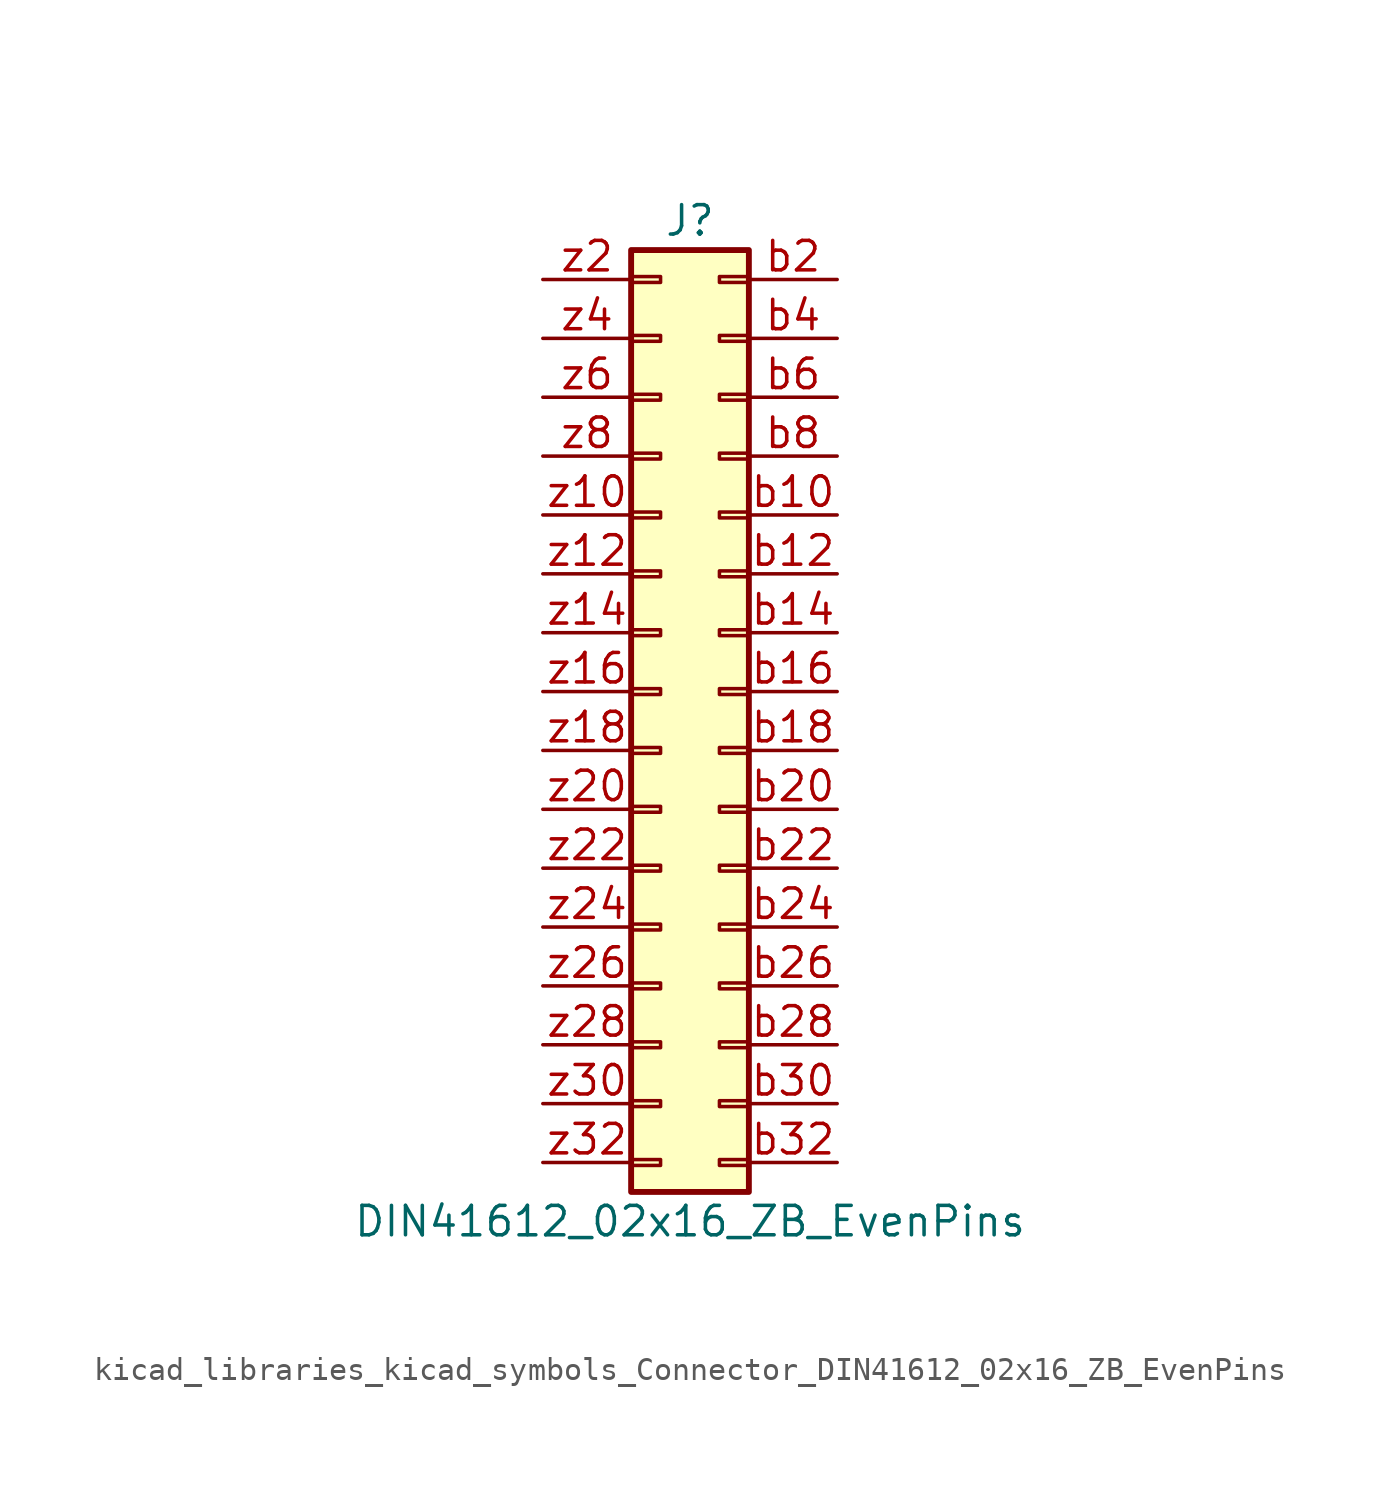
<source format=kicad_sym>
(kicad_symbol_lib
  (version 20220914)
  (generator kicad_symbol_editor)
  (symbol "kicad_libraries_kicad_symbols_Connector_DIN41612_02x16_ZB_EvenPins"
    (pin_names
      (offset 1.016) hide)
    (property "Reference" "J"
      (at 1.27 20.32 0)
      (effects (font (size 1.27 1.27))))
    (property "Value" "DIN41612_02x16_ZB_EvenPins"
      (at 1.27 -22.86 0)
      (effects (font (size 1.27 1.27))))
    (symbol "kicad_libraries_kicad_symbols_Connector_DIN41612_02x16_ZB_EvenPins_1_1"
      (rectangle (start -1.27 -20.193) (end 0 -20.447) (stroke (width 0.152) (type default)) (fill (type none)))
      (rectangle (start -1.27 -17.653) (end 0 -17.907) (stroke (width 0.152) (type default)) (fill (type none)))
      (rectangle (start -1.27 -15.113) (end 0 -15.367) (stroke (width 0.152) (type default)) (fill (type none)))
      (rectangle (start -1.27 -12.573) (end 0 -12.827) (stroke (width 0.152) (type default)) (fill (type none)))
      (rectangle (start -1.27 -10.033) (end 0 -10.287) (stroke (width 0.152) (type default)) (fill (type none)))
      (rectangle (start -1.27 -7.493) (end 0 -7.747) (stroke (width 0.152) (type default)) (fill (type none)))
      (rectangle (start -1.27 -4.953) (end 0 -5.207) (stroke (width 0.152) (type default)) (fill (type none)))
      (rectangle (start -1.27 -2.413) (end 0 -2.667) (stroke (width 0.152) (type default)) (fill (type none)))
      (rectangle (start -1.27 0.127) (end 0 -0.127) (stroke (width 0.152) (type default)) (fill (type none)))
      (rectangle (start -1.27 2.667) (end 0 2.413) (stroke (width 0.152) (type default)) (fill (type none)))
      (rectangle (start -1.27 5.207) (end 0 4.953) (stroke (width 0.152) (type default)) (fill (type none)))
      (rectangle (start -1.27 7.747) (end 0 7.493) (stroke (width 0.152) (type default)) (fill (type none)))
      (rectangle (start -1.27 10.287) (end 0 10.033) (stroke (width 0.152) (type default)) (fill (type none)))
      (rectangle (start -1.27 12.827) (end 0 12.573) (stroke (width 0.152) (type default)) (fill (type none)))
      (rectangle (start -1.27 15.367) (end 0 15.113) (stroke (width 0.152) (type default)) (fill (type none)))
      (rectangle (start -1.27 17.907) (end 0 17.653) (stroke (width 0.152) (type default)) (fill (type none)))
      (rectangle (start -1.27 19.05) (end 3.81 -21.59) (stroke (width 0.254) (type default)) (fill (type background)))
      (rectangle (start 3.81 -20.193) (end 2.54 -20.447) (stroke (width 0.152) (type default)) (fill (type none)))
      (rectangle (start 3.81 -17.653) (end 2.54 -17.907) (stroke (width 0.152) (type default)) (fill (type none)))
      (rectangle (start 3.81 -15.113) (end 2.54 -15.367) (stroke (width 0.152) (type default)) (fill (type none)))
      (rectangle (start 3.81 -12.573) (end 2.54 -12.827) (stroke (width 0.152) (type default)) (fill (type none)))
      (rectangle (start 3.81 -10.033) (end 2.54 -10.287) (stroke (width 0.152) (type default)) (fill (type none)))
      (rectangle (start 3.81 -7.493) (end 2.54 -7.747) (stroke (width 0.152) (type default)) (fill (type none)))
      (rectangle (start 3.81 -4.953) (end 2.54 -5.207) (stroke (width 0.152) (type default)) (fill (type none)))
      (rectangle (start 3.81 -2.413) (end 2.54 -2.667) (stroke (width 0.152) (type default)) (fill (type none)))
      (rectangle (start 3.81 0.127) (end 2.54 -0.127) (stroke (width 0.152) (type default)) (fill (type none)))
      (rectangle (start 3.81 2.667) (end 2.54 2.413) (stroke (width 0.152) (type default)) (fill (type none)))
      (rectangle (start 3.81 5.207) (end 2.54 4.953) (stroke (width 0.152) (type default)) (fill (type none)))
      (rectangle (start 3.81 7.747) (end 2.54 7.493) (stroke (width 0.152) (type default)) (fill (type none)))
      (rectangle (start 3.81 10.287) (end 2.54 10.033) (stroke (width 0.152) (type default)) (fill (type none)))
      (rectangle (start 3.81 12.827) (end 2.54 12.573) (stroke (width 0.152) (type default)) (fill (type none)))
      (rectangle (start 3.81 15.367) (end 2.54 15.113) (stroke (width 0.152) (type default)) (fill (type none)))
      (rectangle (start 3.81 17.907) (end 2.54 17.653) (stroke (width 0.152) (type default)) (fill (type none)))
      (pin passive line (at 7.62 7.62 180) (length 3.81) (name "Pin_b10" (effects (font (size 1.27 1.27)))) (number "b10" (effects (font (size 1.27 1.27)))))
      (pin passive line (at 7.62 5.08 180) (length 3.81) (name "Pin_b12" (effects (font (size 1.27 1.27)))) (number "b12" (effects (font (size 1.27 1.27)))))
      (pin passive line (at 7.62 2.54 180) (length 3.81) (name "Pin_b14" (effects (font (size 1.27 1.27)))) (number "b14" (effects (font (size 1.27 1.27)))))
      (pin passive line (at 7.62 0 180) (length 3.81) (name "Pin_b16" (effects (font (size 1.27 1.27)))) (number "b16" (effects (font (size 1.27 1.27)))))
      (pin passive line (at 7.62 -2.54 180) (length 3.81) (name "Pin_b18" (effects (font (size 1.27 1.27)))) (number "b18" (effects (font (size 1.27 1.27)))))
      (pin passive line (at 7.62 17.78 180) (length 3.81) (name "Pin_b2" (effects (font (size 1.27 1.27)))) (number "b2" (effects (font (size 1.27 1.27)))))
      (pin passive line (at 7.62 -5.08 180) (length 3.81) (name "Pin_b20" (effects (font (size 1.27 1.27)))) (number "b20" (effects (font (size 1.27 1.27)))))
      (pin passive line (at 7.62 -7.62 180) (length 3.81) (name "Pin_b22" (effects (font (size 1.27 1.27)))) (number "b22" (effects (font (size 1.27 1.27)))))
      (pin passive line (at 7.62 -10.16 180) (length 3.81) (name "Pin_b24" (effects (font (size 1.27 1.27)))) (number "b24" (effects (font (size 1.27 1.27)))))
      (pin passive line (at 7.62 -12.7 180) (length 3.81) (name "Pin_b26" (effects (font (size 1.27 1.27)))) (number "b26" (effects (font (size 1.27 1.27)))))
      (pin passive line (at 7.62 -15.24 180) (length 3.81) (name "Pin_b28" (effects (font (size 1.27 1.27)))) (number "b28" (effects (font (size 1.27 1.27)))))
      (pin passive line (at 7.62 -17.78 180) (length 3.81) (name "Pin_b30" (effects (font (size 1.27 1.27)))) (number "b30" (effects (font (size 1.27 1.27)))))
      (pin passive line (at 7.62 -20.32 180) (length 3.81) (name "Pin_b32" (effects (font (size 1.27 1.27)))) (number "b32" (effects (font (size 1.27 1.27)))))
      (pin passive line (at 7.62 15.24 180) (length 3.81) (name "Pin_b4" (effects (font (size 1.27 1.27)))) (number "b4" (effects (font (size 1.27 1.27)))))
      (pin passive line (at 7.62 12.7 180) (length 3.81) (name "Pin_b6" (effects (font (size 1.27 1.27)))) (number "b6" (effects (font (size 1.27 1.27)))))
      (pin passive line (at 7.62 10.16 180) (length 3.81) (name "Pin_b8" (effects (font (size 1.27 1.27)))) (number "b8" (effects (font (size 1.27 1.27)))))
      (pin passive line (at -5.08 7.62 0) (length 3.81) (name "Pin_z10" (effects (font (size 1.27 1.27)))) (number "z10" (effects (font (size 1.27 1.27)))))
      (pin passive line (at -5.08 5.08 0) (length 3.81) (name "Pin_z12" (effects (font (size 1.27 1.27)))) (number "z12" (effects (font (size 1.27 1.27)))))
      (pin passive line (at -5.08 2.54 0) (length 3.81) (name "Pin_z14" (effects (font (size 1.27 1.27)))) (number "z14" (effects (font (size 1.27 1.27)))))
      (pin passive line (at -5.08 0 0) (length 3.81) (name "Pin_z16" (effects (font (size 1.27 1.27)))) (number "z16" (effects (font (size 1.27 1.27)))))
      (pin passive line (at -5.08 -2.54 0) (length 3.81) (name "Pin_z18" (effects (font (size 1.27 1.27)))) (number "z18" (effects (font (size 1.27 1.27)))))
      (pin passive line (at -5.08 17.78 0) (length 3.81) (name "Pin_z2" (effects (font (size 1.27 1.27)))) (number "z2" (effects (font (size 1.27 1.27)))))
      (pin passive line (at -5.08 -5.08 0) (length 3.81) (name "Pin_z20" (effects (font (size 1.27 1.27)))) (number "z20" (effects (font (size 1.27 1.27)))))
      (pin passive line (at -5.08 -7.62 0) (length 3.81) (name "Pin_z22" (effects (font (size 1.27 1.27)))) (number "z22" (effects (font (size 1.27 1.27)))))
      (pin passive line (at -5.08 -10.16 0) (length 3.81) (name "Pin_z24" (effects (font (size 1.27 1.27)))) (number "z24" (effects (font (size 1.27 1.27)))))
      (pin passive line (at -5.08 -12.7 0) (length 3.81) (name "Pin_z26" (effects (font (size 1.27 1.27)))) (number "z26" (effects (font (size 1.27 1.27)))))
      (pin passive line (at -5.08 -15.24 0) (length 3.81) (name "Pin_z28" (effects (font (size 1.27 1.27)))) (number "z28" (effects (font (size 1.27 1.27)))))
      (pin passive line (at -5.08 -17.78 0) (length 3.81) (name "Pin_z30" (effects (font (size 1.27 1.27)))) (number "z30" (effects (font (size 1.27 1.27)))))
      (pin passive line (at -5.08 -20.32 0) (length 3.81) (name "Pin_z32" (effects (font (size 1.27 1.27)))) (number "z32" (effects (font (size 1.27 1.27)))))
      (pin passive line (at -5.08 15.24 0) (length 3.81) (name "Pin_z4" (effects (font (size 1.27 1.27)))) (number "z4" (effects (font (size 1.27 1.27)))))
      (pin passive line (at -5.08 12.7 0) (length 3.81) (name "Pin_z6" (effects (font (size 1.27 1.27)))) (number "z6" (effects (font (size 1.27 1.27)))))
      (pin passive line (at -5.08 10.16 0) (length 3.81) (name "Pin_z8" (effects (font (size 1.27 1.27)))) (number "z8" (effects (font (size 1.27 1.27))))))))
</source>
